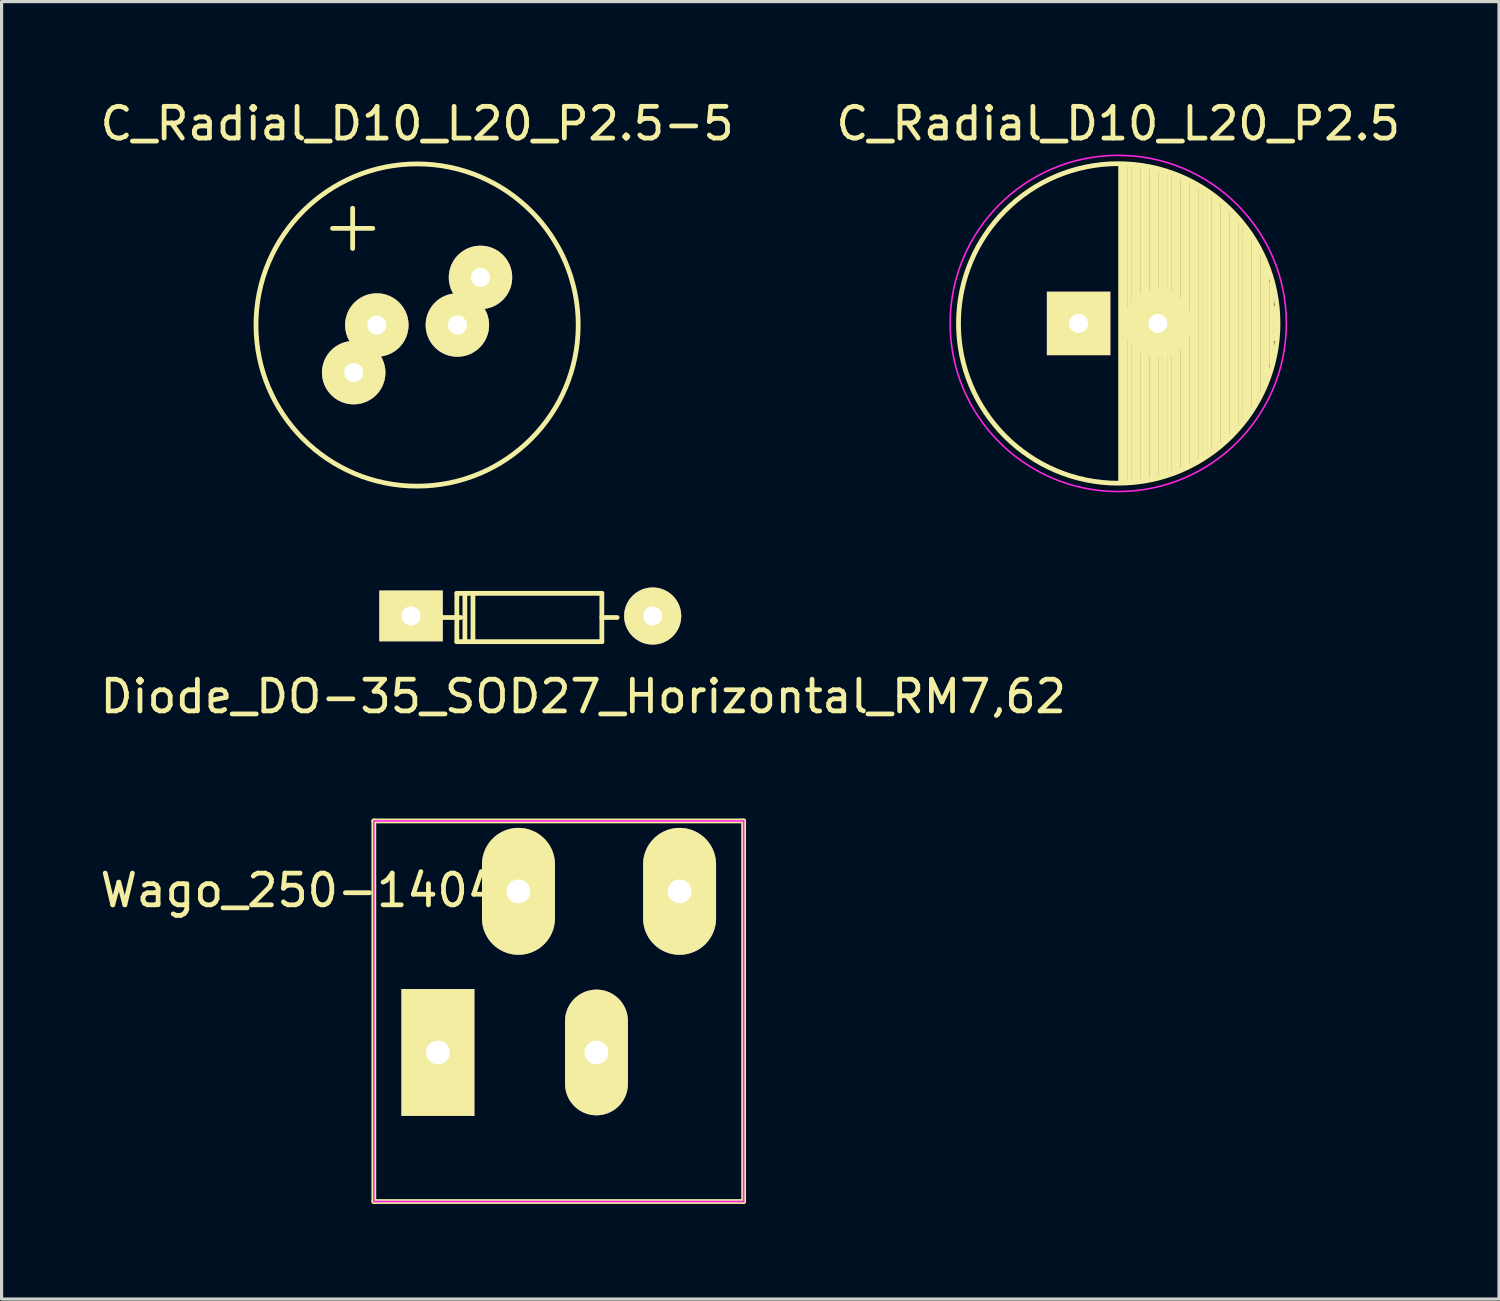
<source format=kicad_pcb>
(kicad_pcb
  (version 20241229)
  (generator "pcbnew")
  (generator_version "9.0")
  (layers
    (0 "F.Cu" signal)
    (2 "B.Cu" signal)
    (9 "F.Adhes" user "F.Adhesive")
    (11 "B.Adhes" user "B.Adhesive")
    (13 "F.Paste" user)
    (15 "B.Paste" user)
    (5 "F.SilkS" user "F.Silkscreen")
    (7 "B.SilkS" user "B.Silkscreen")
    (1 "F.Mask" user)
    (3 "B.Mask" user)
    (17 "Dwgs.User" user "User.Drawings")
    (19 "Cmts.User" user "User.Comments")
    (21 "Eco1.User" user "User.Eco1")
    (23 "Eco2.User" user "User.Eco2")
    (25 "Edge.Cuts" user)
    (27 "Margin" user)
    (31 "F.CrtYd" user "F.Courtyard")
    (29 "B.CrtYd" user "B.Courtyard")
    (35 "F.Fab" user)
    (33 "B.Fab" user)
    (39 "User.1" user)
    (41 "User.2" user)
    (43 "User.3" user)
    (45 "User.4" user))
  (footprint "Diode_DO-35_SOD27_Horizontal_RM7,62"
    (layer "F.Cu")
    (at 9.909 16.373)
    (property "Reference" "Diode_DO-35_SOD27_Horizontal_RM7,62" (at 5.431 2.537 0) (layer "F.SilkS") (effects (font (size 1 1) (thickness 0.15))))
    (attr through_hole)
    (fp_line (start 1.445 -0.715) (end 1.445 0.047) (stroke (width 0.15) (type solid)) (layer "F.SilkS"))
    (fp_line (start 1.445 0.047) (end 1.445 0.809) (stroke (width 0.15) (type solid)) (layer "F.SilkS"))
    (fp_line (start 1.445 0.809) (end 6.017 0.809) (stroke (width 0.15) (type solid)) (layer "F.SilkS"))
    (fp_line (start 1.572 0.047) (end 1 0.047) (stroke (width 0.15) (type solid)) (layer "F.SilkS"))
    (fp_line (start 1.699 -0.715) (end 1.699 0.809) (stroke (width 0.15) (type solid)) (layer "F.SilkS"))
    (fp_line (start 1.953 -0.715) (end 1.953 0.809) (stroke (width 0.15) (type solid)) (layer "F.SilkS"))
    (fp_line (start 6.017 -0.715) (end 1.445 -0.715) (stroke (width 0.15) (type solid)) (layer "F.SilkS"))
    (fp_line (start 6.017 0.047) (end 6.5 0.047) (stroke (width 0.15) (type solid)) (layer "F.SilkS"))
    (fp_line (start 6.017 0.809) (end 6.017 -0.715) (stroke (width 0.15) (type solid)) (layer "F.SilkS"))
    (pad "1" thru_hole rect (at 0.001 -0.003 180) (size 2 1.6) (drill 0.6) (layers "*.Cu" "*.Mask" "F.SilkS"))
    (pad "2" thru_hole circle (at 7.62 0 180) (size 1.8 1.8) (drill 0.6) (layers "*.Cu" "*.Mask" "F.SilkS")))
  (footprint "Wago_250-1404"
    (layer "F.Cu")
    (at 10.757 30.134)
    (property "Reference" "Wago_250-1404" (at -4.37 -5.11 0) (layer "F.SilkS") (effects (font (size 1 1) (thickness 0.15))))
    (attr exclude_from_pos_files exclude_from_bom)
    (fp_line (start -2.02 -7.3) (end 9.64 -7.3) (stroke (width 0.15) (type solid)) (layer "F.SilkS"))
    (fp_line (start -2.02 4.7) (end -2.02 -7.3) (stroke (width 0.15) (type solid)) (layer "F.SilkS"))
    (fp_line (start -2.02 4.7) (end 9.64 4.7) (stroke (width 0.15) (type solid)) (layer "F.SilkS"))
    (fp_line (start 9.64 -7.3) (end 9.64 4.7) (stroke (width 0.15) (type solid)) (layer "F.SilkS"))
    (fp_line (start -2.02 -7.3) (end -2.02 4.7) (stroke (width 0.05) (type solid)) (layer "F.CrtYd"))
    (fp_line (start -2.02 4.7) (end 9.64 4.7) (stroke (width 0.05) (type solid)) (layer "F.CrtYd"))
    (fp_line (start 9.64 -7.3) (end -2.02 -7.3) (stroke (width 0.05) (type solid)) (layer "F.CrtYd"))
    (fp_line (start 9.64 4.7) (end 9.64 -7.3) (stroke (width 0.05) (type solid)) (layer "F.CrtYd"))
    (pad "1" thru_hole rect (at 0 0) (size 2.3 4) (drill 0.75) (layers "*.Cu" "F.Mask" "F.SilkS" "F.Paste"))
    (pad "2" thru_hole oval (at 2.54 -5.08) (size 2.3 4) (drill 0.75) (layers "*.Cu" "F.Mask" "F.SilkS" "F.Paste"))
    (pad "3" thru_hole oval (at 5 0) (size 1.981 3.962) (drill 0.75) (layers "*.Cu" "F.Mask" "F.SilkS" "F.Paste"))
    (pad "4" thru_hole oval (at 7.62 -5.08) (size 2.3 4) (drill 0.75) (layers "*.Cu" "F.Mask" "F.SilkS" "F.Paste")))
  (footprint "C_Radial_D10_L20_P2.5"
    (layer "F.Cu")
    (at 30.958 7.148)
    (property "Reference" "C_Radial_D10_L20_P2.5" (at 1.25 -6.3 0) (layer "F.SilkS") (effects (font (size 1 1) (thickness 0.15))))
    (attr through_hole)
    (fp_line (start 1.325 -4.999) (end 1.325 4.999) (stroke (width 0.15) (type solid)) (layer "F.SilkS"))
    (fp_line (start 1.465 -4.995) (end 1.465 4.995) (stroke (width 0.15) (type solid)) (layer "F.SilkS"))
    (fp_line (start 1.605 -4.987) (end 1.605 -0.446) (stroke (width 0.15) (type solid)) (layer "F.SilkS"))
    (fp_line (start 1.605 0.446) (end 1.605 4.987) (stroke (width 0.15) (type solid)) (layer "F.SilkS"))
    (fp_line (start 1.745 -4.975) (end 1.745 -0.656) (stroke (width 0.15) (type solid)) (layer "F.SilkS"))
    (fp_line (start 1.745 0.656) (end 1.745 4.975) (stroke (width 0.15) (type solid)) (layer "F.SilkS"))
    (fp_line (start 1.885 -4.96) (end 1.885 -0.789) (stroke (width 0.15) (type solid)) (layer "F.SilkS"))
    (fp_line (start 1.885 0.789) (end 1.885 4.96) (stroke (width 0.15) (type solid)) (layer "F.SilkS"))
    (fp_line (start 2.025 -4.94) (end 2.025 -0.88) (stroke (width 0.15) (type solid)) (layer "F.SilkS"))
    (fp_line (start 2.025 0.88) (end 2.025 4.94) (stroke (width 0.15) (type solid)) (layer "F.SilkS"))
    (fp_line (start 2.165 -4.916) (end 2.165 -0.942) (stroke (width 0.15) (type solid)) (layer "F.SilkS"))
    (fp_line (start 2.165 0.942) (end 2.165 4.916) (stroke (width 0.15) (type solid)) (layer "F.SilkS"))
    (fp_line (start 2.305 -4.887) (end 2.305 -0.981) (stroke (width 0.15) (type solid)) (layer "F.SilkS"))
    (fp_line (start 2.305 0.981) (end 2.305 4.887) (stroke (width 0.15) (type solid)) (layer "F.SilkS"))
    (fp_line (start 2.445 -4.855) (end 2.445 -0.998) (stroke (width 0.15) (type solid)) (layer "F.SilkS"))
    (fp_line (start 2.445 0.998) (end 2.445 4.855) (stroke (width 0.15) (type solid)) (layer "F.SilkS"))
    (fp_line (start 2.585 -4.818) (end 2.585 -0.996) (stroke (width 0.15) (type solid)) (layer "F.SilkS"))
    (fp_line (start 2.585 0.996) (end 2.585 4.818) (stroke (width 0.15) (type solid)) (layer "F.SilkS"))
    (fp_line (start 2.725 -4.777) (end 2.725 -0.974) (stroke (width 0.15) (type solid)) (layer "F.SilkS"))
    (fp_line (start 2.725 0.974) (end 2.725 4.777) (stroke (width 0.15) (type solid)) (layer "F.SilkS"))
    (fp_line (start 2.865 -4.732) (end 2.865 -0.931) (stroke (width 0.15) (type solid)) (layer "F.SilkS"))
    (fp_line (start 2.865 0.931) (end 2.865 4.732) (stroke (width 0.15) (type solid)) (layer "F.SilkS"))
    (fp_line (start 3.005 -4.682) (end 3.005 -0.863) (stroke (width 0.15) (type solid)) (layer "F.SilkS"))
    (fp_line (start 3.005 0.863) (end 3.005 4.682) (stroke (width 0.15) (type solid)) (layer "F.SilkS"))
    (fp_line (start 3.145 -4.627) (end 3.145 -0.764) (stroke (width 0.15) (type solid)) (layer "F.SilkS"))
    (fp_line (start 3.145 0.764) (end 3.145 4.627) (stroke (width 0.15) (type solid)) (layer "F.SilkS"))
    (fp_line (start 3.285 -4.567) (end 3.285 -0.619) (stroke (width 0.15) (type solid)) (layer "F.SilkS"))
    (fp_line (start 3.285 0.619) (end 3.285 4.567) (stroke (width 0.15) (type solid)) (layer "F.SilkS"))
    (fp_line (start 3.425 -4.502) (end 3.425 -0.38) (stroke (width 0.15) (type solid)) (layer "F.SilkS"))
    (fp_line (start 3.425 0.38) (end 3.425 4.502) (stroke (width 0.15) (type solid)) (layer "F.SilkS"))
    (fp_line (start 3.565 -4.432) (end 3.565 4.432) (stroke (width 0.15) (type solid)) (layer "F.SilkS"))
    (fp_line (start 3.705 -4.356) (end 3.705 4.356) (stroke (width 0.15) (type solid)) (layer "F.SilkS"))
    (fp_line (start 3.845 -4.274) (end 3.845 4.274) (stroke (width 0.15) (type solid)) (layer "F.SilkS"))
    (fp_line (start 3.985 -4.186) (end 3.985 4.186) (stroke (width 0.15) (type solid)) (layer "F.SilkS"))
    (fp_line (start 4.125 -4.091) (end 4.125 4.091) (stroke (width 0.15) (type solid)) (layer "F.SilkS"))
    (fp_line (start 4.265 -3.989) (end 4.265 3.989) (stroke (width 0.15) (type solid)) (layer "F.SilkS"))
    (fp_line (start 4.405 -3.879) (end 4.405 3.879) (stroke (width 0.15) (type solid)) (layer "F.SilkS"))
    (fp_line (start 4.545 -3.761) (end 4.545 3.761) (stroke (width 0.15) (type solid)) (layer "F.SilkS"))
    (fp_line (start 4.685 -3.633) (end 4.685 3.633) (stroke (width 0.15) (type solid)) (layer "F.SilkS"))
    (fp_line (start 4.825 -3.496) (end 4.825 3.496) (stroke (width 0.15) (type solid)) (layer "F.SilkS"))
    (fp_line (start 4.965 -3.346) (end 4.965 3.346) (stroke (width 0.15) (type solid)) (layer "F.SilkS"))
    (fp_line (start 5.105 -3.184) (end 5.105 3.184) (stroke (width 0.15) (type solid)) (layer "F.SilkS"))
    (fp_line (start 5.245 -3.007) (end 5.245 3.007) (stroke (width 0.15) (type solid)) (layer "F.SilkS"))
    (fp_line (start 5.385 -2.811) (end 5.385 2.811) (stroke (width 0.15) (type solid)) (layer "F.SilkS"))
    (fp_line (start 5.525 -2.593) (end 5.525 2.593) (stroke (width 0.15) (type solid)) (layer "F.SilkS"))
    (fp_line (start 5.665 -2.347) (end 5.665 2.347) (stroke (width 0.15) (type solid)) (layer "F.SilkS"))
    (fp_line (start 5.805 -2.062) (end 5.805 2.062) (stroke (width 0.15) (type solid)) (layer "F.SilkS"))
    (fp_line (start 5.945 -1.72) (end 5.945 1.72) (stroke (width 0.15) (type solid)) (layer "F.SilkS"))
    (fp_line (start 6.085 -1.274) (end 6.085 1.274) (stroke (width 0.15) (type solid)) (layer "F.SilkS"))
    (fp_line (start 6.225 -0.499) (end 6.225 0.499) (stroke (width 0.15) (type solid)) (layer "F.SilkS"))
    (fp_circle (center 1.25 0) (end 1.25 -5.037) (stroke (width 0.15) (type solid)) (fill no) (layer "F.SilkS"))
    (fp_circle (center 2.5 0) (end 2.5 -1) (stroke (width 0.15) (type solid)) (fill no) (layer "F.SilkS"))
    (fp_circle (center 1.25 0) (end 1.25 -5.3) (stroke (width 0.05) (type solid)) (fill no) (layer "F.CrtYd"))
    (pad "1" thru_hole rect (at 0 0) (size 2 2) (drill 0.6) (layers "*.Cu" "*.Mask" "F.SilkS"))
    (pad "2" thru_hole circle (at 2.5 0) (size 2 2) (drill 0.6) (layers "*.Cu" "*.Mask" "F.SilkS")))
  (footprint "C_Radial_D10_L20_P2.5-5"
    (layer "F.Cu")
    (at 10.101 7.198)
    (property "Reference" "C_Radial_D10_L20_P2.5-5" (at 0 -6.35 0) (layer "F.SilkS") (effects (font (size 1 1) (thickness 0.15))))
    (attr through_hole)
    (fp_line (start -2.667 -3.048) (end -1.397 -3.048) (stroke (width 0.15) (type solid)) (layer "F.SilkS"))
    (fp_line (start -2.032 -3.683) (end -2.032 -2.413) (stroke (width 0.15) (type solid)) (layer "F.SilkS"))
    (fp_circle (center 0 0) (end 5.08 0) (stroke (width 0.15) (type solid)) (fill no) (layer "F.SilkS"))
    (pad "1" thru_hole circle (at -1.999 1.501) (size 2 2) (drill 0.6) (layers "*.Cu" "*.Mask" "F.SilkS"))
    (pad "1" thru_hole circle (at -1.27 0) (size 2 2) (drill 0.6) (layers "*.Cu" "*.Mask" "F.SilkS"))
    (pad "2" thru_hole circle (at 1.27 0) (size 2 2) (drill 0.6) (layers "*.Cu" "*.Mask" "F.SilkS"))
    (pad "2" thru_hole circle (at 1.999 -1.501) (size 2 2) (drill 0.6) (layers "*.Cu" "*.Mask" "F.SilkS")))
  (gr_rect
    (start -3 -3)
    (end 44.214 37.909)
    (stroke (width 0.1) (type default))
    (fill no)
    (layer "Edge.Cuts")))
</source>
